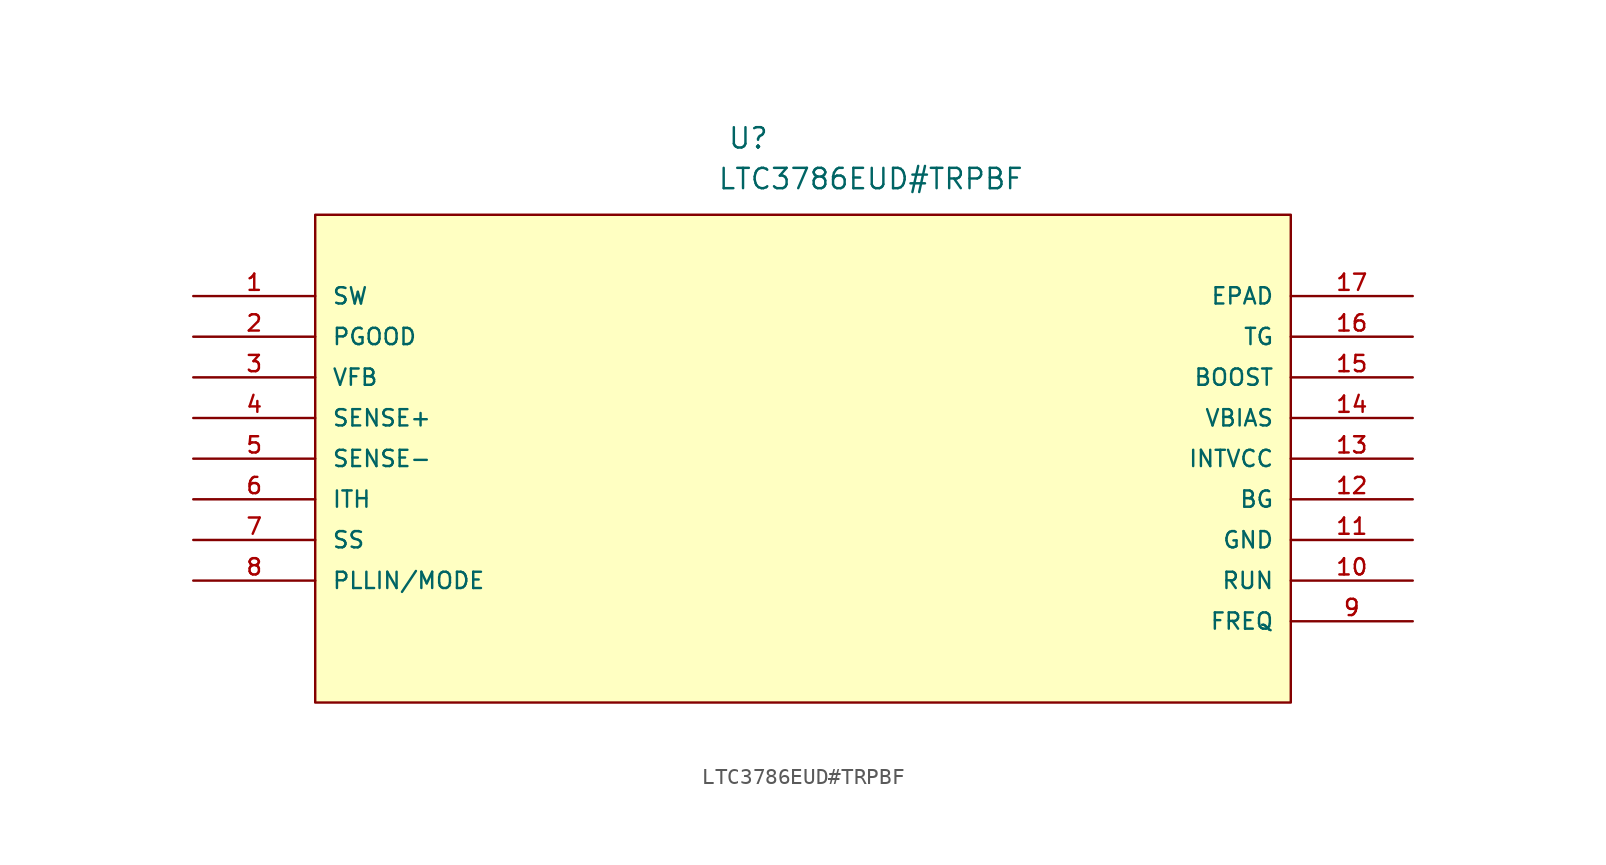
<source format=kicad_sym>
(kicad_symbol_lib
  (version 20211014)
  (generator kicad_symbol_editor)
  (symbol "LTC3786EUD#TRPBF"
    (pin_names
      (offset 1.016))
    (property "Reference" "U"
      (at 33.376 9.119 0.0)
      (effects (font (size 1.27 1.27)) (justify bottom left)))
    (property "Value" "LTC3786EUD#TRPBF"
      (at 32.741 6.579 0.0)
      (effects (font (size 1.27 1.27)) (justify bottom left)))
    (symbol "LTC3786EUD#TRPBF_0_0"
      (rectangle (start 7.62 -25.4) (end 68.58 5.08) (stroke (width 0.152)) (fill (type background)))
      (pin passive line (at 0.0 0.0 0) (length 7.62) (name "SW" (effects (font (size 1.016 1.016)))) (number "1" (effects (font (size 1.016 1.016)))))
      (pin output line (at 0.0 -2.54 0) (length 7.62) (name "PGOOD" (effects (font (size 1.016 1.016)))) (number "2" (effects (font (size 1.016 1.016)))))
      (pin input line (at 0.0 -5.08 0) (length 7.62) (name "VFB" (effects (font (size 1.016 1.016)))) (number "3" (effects (font (size 1.016 1.016)))))
      (pin input line (at 0.0 -7.62 0) (length 7.62) (name "SENSE+" (effects (font (size 1.016 1.016)))) (number "4" (effects (font (size 1.016 1.016)))))
      (pin input line (at 0.0 -10.16 0) (length 7.62) (name "SENSE-" (effects (font (size 1.016 1.016)))) (number "5" (effects (font (size 1.016 1.016)))))
      (pin passive line (at 0.0 -12.7 0) (length 7.62) (name "ITH" (effects (font (size 1.016 1.016)))) (number "6" (effects (font (size 1.016 1.016)))))
      (pin input line (at 0.0 -15.24 0) (length 7.62) (name "SS" (effects (font (size 1.016 1.016)))) (number "7" (effects (font (size 1.016 1.016)))))
      (pin input line (at 0.0 -17.78 0) (length 7.62) (name "PLLIN/MODE" (effects (font (size 1.016 1.016)))) (number "8" (effects (font (size 1.016 1.016)))))
      (pin passive line (at 76.2 -20.32 180.0) (length 7.62) (name "FREQ" (effects (font (size 1.016 1.016)))) (number "9" (effects (font (size 1.016 1.016)))))
      (pin input line (at 76.2 -17.78 180.0) (length 7.62) (name "RUN" (effects (font (size 1.016 1.016)))) (number "10" (effects (font (size 1.016 1.016)))))
      (pin power_in line (at 76.2 -15.24 180.0) (length 7.62) (name "GND" (effects (font (size 1.016 1.016)))) (number "11" (effects (font (size 1.016 1.016)))))
      (pin passive line (at 76.2 -12.7 180.0) (length 7.62) (name "BG" (effects (font (size 1.016 1.016)))) (number "12" (effects (font (size 1.016 1.016)))))
      (pin output line (at 76.2 -10.16 180.0) (length 7.62) (name "INTVCC" (effects (font (size 1.016 1.016)))) (number "13" (effects (font (size 1.016 1.016)))))
      (pin input line (at 76.2 -7.62 180.0) (length 7.62) (name "VBIAS" (effects (font (size 1.016 1.016)))) (number "14" (effects (font (size 1.016 1.016)))))
      (pin passive line (at 76.2 -5.08 180.0) (length 7.62) (name "BOOST" (effects (font (size 1.016 1.016)))) (number "15" (effects (font (size 1.016 1.016)))))
      (pin passive line (at 76.2 -2.54 180.0) (length 7.62) (name "TG" (effects (font (size 1.016 1.016)))) (number "16" (effects (font (size 1.016 1.016)))))
      (pin passive line (at 76.2 0.0 180.0) (length 7.62) (name "EPAD" (effects (font (size 1.016 1.016)))) (number "17" (effects (font (size 1.016 1.016))))))))
</source>
